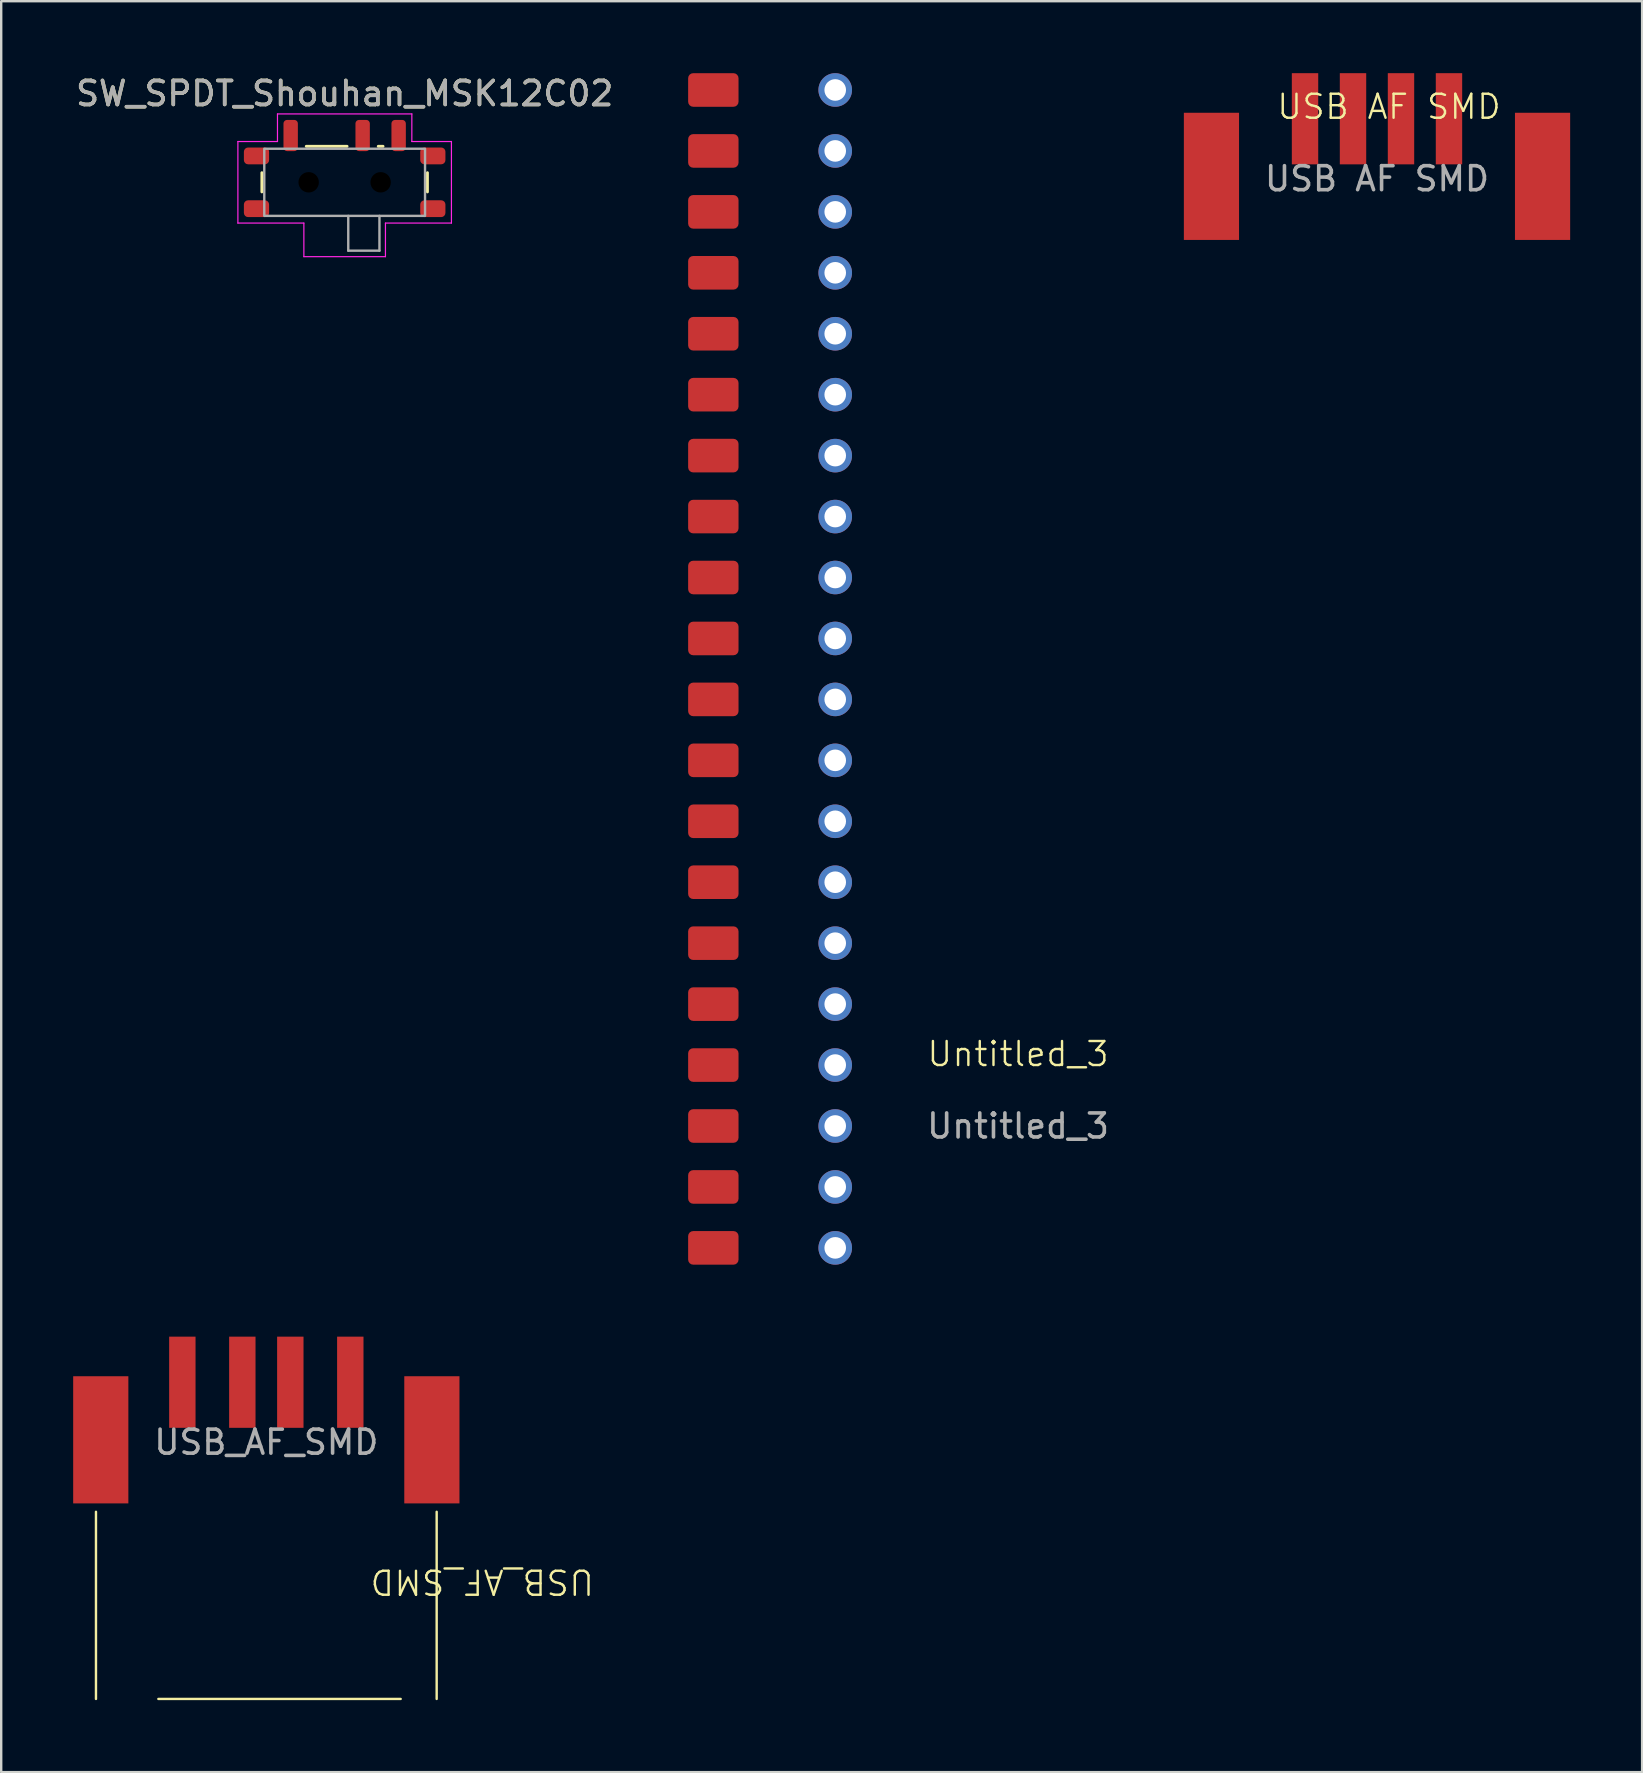
<source format=kicad_pcb>
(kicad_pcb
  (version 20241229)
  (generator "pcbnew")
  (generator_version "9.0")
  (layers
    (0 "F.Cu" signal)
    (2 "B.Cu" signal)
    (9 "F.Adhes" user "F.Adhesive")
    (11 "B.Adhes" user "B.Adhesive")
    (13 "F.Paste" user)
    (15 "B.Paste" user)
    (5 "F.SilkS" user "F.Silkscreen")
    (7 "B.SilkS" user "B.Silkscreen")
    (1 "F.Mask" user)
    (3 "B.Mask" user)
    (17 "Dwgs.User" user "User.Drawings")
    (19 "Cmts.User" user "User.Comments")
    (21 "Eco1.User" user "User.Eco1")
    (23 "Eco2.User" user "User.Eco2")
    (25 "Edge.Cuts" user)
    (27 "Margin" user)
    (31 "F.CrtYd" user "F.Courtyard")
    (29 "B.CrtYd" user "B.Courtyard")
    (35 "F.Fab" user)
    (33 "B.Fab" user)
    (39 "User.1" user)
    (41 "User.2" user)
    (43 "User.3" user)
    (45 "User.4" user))
  (footprint "Untitled_3"
    (layer "F.Cu")
    (at 31.761 24.83)
    (property "Reference" "Untitled_3" (at 7.62 16.05 0) (unlocked yes) (layer "F.SilkS") (effects (font (size 1 1) (thickness 0.1))))
    (attr smd)
    (fp_text user "${REFERENCE}" (at 7.62 19.05 0) (unlocked yes) (layer "F.Fab") (effects (font (size 1 1) (thickness 0.15))))
    (pad "1" smd roundrect (at -5.08 -24.13 180) (size 2.1 1.4) (layers "F.Cu" "F.Mask" "F.Paste") (roundrect_rratio 0.15))
    (pad "1" thru_hole circle (at 0 -24.13 180) (size 1.4 1.4) (drill 0.9) (layers "*.Cu" "*.Mask"))
    (pad "2" smd roundrect (at -5.08 -21.59 180) (size 2.1 1.4) (layers "F.Cu" "F.Mask" "F.Paste") (roundrect_rratio 0.15))
    (pad "2" thru_hole circle (at 0 -21.59 180) (size 1.4 1.4) (drill 0.9) (layers "*.Cu" "*.Mask"))
    (pad "3" smd roundrect (at -5.08 -19.05 180) (size 2.1 1.4) (layers "F.Cu" "F.Mask" "F.Paste") (roundrect_rratio 0.15))
    (pad "3" thru_hole circle (at 0 -19.05 180) (size 1.4 1.4) (drill 0.9) (layers "*.Cu" "*.Mask"))
    (pad "4" smd roundrect (at -5.08 -16.51 180) (size 2.1 1.4) (layers "F.Cu" "F.Mask" "F.Paste") (roundrect_rratio 0.15))
    (pad "4" thru_hole circle (at 0 -16.51 180) (size 1.4 1.4) (drill 0.9) (layers "*.Cu" "*.Mask"))
    (pad "5" smd roundrect (at -5.08 -13.97 180) (size 2.1 1.4) (layers "F.Cu" "F.Mask" "F.Paste") (roundrect_rratio 0.15))
    (pad "5" thru_hole circle (at 0 -13.97 180) (size 1.4 1.4) (drill 0.9) (layers "*.Cu" "*.Mask"))
    (pad "6" smd roundrect (at -5.08 -11.43 180) (size 2.1 1.4) (layers "F.Cu" "F.Mask" "F.Paste") (roundrect_rratio 0.15))
    (pad "6" thru_hole circle (at 0 -11.43 180) (size 1.4 1.4) (drill 0.9) (layers "*.Cu" "*.Mask"))
    (pad "7" smd roundrect (at -5.08 -8.89 180) (size 2.1 1.4) (layers "F.Cu" "F.Mask" "F.Paste") (roundrect_rratio 0.15))
    (pad "7" thru_hole circle (at 0 -8.89 180) (size 1.4 1.4) (drill 0.9) (layers "*.Cu" "*.Mask"))
    (pad "8" smd roundrect (at -5.08 -6.35 180) (size 2.1 1.4) (layers "F.Cu" "F.Mask" "F.Paste") (roundrect_rratio 0.15))
    (pad "8" thru_hole circle (at 0 -6.35 180) (size 1.4 1.4) (drill 0.9) (layers "*.Cu" "*.Mask"))
    (pad "9" smd roundrect (at -5.08 -3.81 180) (size 2.1 1.4) (layers "F.Cu" "F.Mask" "F.Paste") (roundrect_rratio 0.15))
    (pad "9" thru_hole circle (at 0 -3.81 180) (size 1.4 1.4) (drill 0.9) (layers "*.Cu" "*.Mask"))
    (pad "10" smd roundrect (at -5.08 -1.27 180) (size 2.1 1.4) (layers "F.Cu" "F.Mask" "F.Paste") (roundrect_rratio 0.15))
    (pad "10" thru_hole circle (at 0 -1.27 180) (size 1.4 1.4) (drill 0.9) (layers "*.Cu" "*.Mask"))
    (pad "11" smd roundrect (at -5.08 1.27 180) (size 2.1 1.4) (layers "F.Cu" "F.Mask" "F.Paste") (roundrect_rratio 0.15))
    (pad "11" thru_hole circle (at 0 1.27 180) (size 1.4 1.4) (drill 0.9) (layers "*.Cu" "*.Mask"))
    (pad "12" smd roundrect (at -5.08 3.81 180) (size 2.1 1.4) (layers "F.Cu" "F.Mask" "F.Paste") (roundrect_rratio 0.15))
    (pad "12" thru_hole circle (at 0 3.81 180) (size 1.4 1.4) (drill 0.9) (layers "*.Cu" "*.Mask"))
    (pad "13" smd roundrect (at -5.08 6.35 180) (size 2.1 1.4) (layers "F.Cu" "F.Mask" "F.Paste") (roundrect_rratio 0.15))
    (pad "13" thru_hole circle (at 0 6.35 180) (size 1.4 1.4) (drill 0.9) (layers "*.Cu" "*.Mask"))
    (pad "14" smd roundrect (at -5.08 8.89 180) (size 2.1 1.4) (layers "F.Cu" "F.Mask" "F.Paste") (roundrect_rratio 0.15))
    (pad "14" thru_hole circle (at 0 8.89 180) (size 1.4 1.4) (drill 0.9) (layers "*.Cu" "*.Mask"))
    (pad "15" smd roundrect (at -5.08 11.43 180) (size 2.1 1.4) (layers "F.Cu" "F.Mask" "F.Paste") (roundrect_rratio 0.15))
    (pad "15" thru_hole circle (at 0 11.43 180) (size 1.4 1.4) (drill 0.9) (layers "*.Cu" "*.Mask"))
    (pad "16" smd roundrect (at -5.08 13.97 180) (size 2.1 1.4) (layers "F.Cu" "F.Mask" "F.Paste") (roundrect_rratio 0.15))
    (pad "16" thru_hole circle (at 0 13.97 180) (size 1.4 1.4) (drill 0.9) (layers "*.Cu" "*.Mask"))
    (pad "17" smd roundrect (at -5.08 16.51 180) (size 2.1 1.4) (layers "F.Cu" "F.Mask" "F.Paste") (roundrect_rratio 0.15))
    (pad "17" thru_hole circle (at 0 16.51 180) (size 1.4 1.4) (drill 0.9) (layers "*.Cu" "*.Mask"))
    (pad "18" smd roundrect (at -5.08 19.05 180) (size 2.1 1.4) (layers "F.Cu" "F.Mask" "F.Paste") (roundrect_rratio 0.15))
    (pad "18" thru_hole circle (at 0 19.05 180) (size 1.4 1.4) (drill 0.9) (layers "*.Cu" "*.Mask"))
    (pad "19" smd roundrect (at -5.08 21.59 180) (size 2.1 1.4) (layers "F.Cu" "F.Mask" "F.Paste") (roundrect_rratio 0.15))
    (pad "19" thru_hole circle (at 0 21.59 180) (size 1.4 1.4) (drill 0.9) (layers "*.Cu" "*.Mask"))
    (pad "20" smd roundrect (at -5.08 24.13 180) (size 2.1 1.4) (layers "F.Cu" "F.Mask" "F.Paste") (roundrect_rratio 0.15))
    (pad "20" thru_hole circle (at 0 24.13 180) (size 1.4 1.4) (drill 0.9) (layers "*.Cu" "*.Mask")))
  (footprint "USB_AF_SMD"
    (layer "F.Cu")
    (at 8.05 54.56)
    (property "Reference" "USB_AF_SMD" (at 9 8.315 180) (unlocked yes) (layer "F.SilkS") (effects (font (size 1 1) (thickness 0.1))))
    (attr smd)
    (fp_line (start -7.1 13.2) (end -7.1 5.4) (stroke (width 0.1) (type default)) (layer "F.SilkS"))
    (fp_line (start -4.5 13.2) (end 5.6 13.2) (stroke (width 0.1) (type default)) (layer "F.SilkS"))
    (fp_line (start 7.1 13.2) (end 7.1 5.4) (stroke (width 0.1) (type default)) (layer "F.SilkS"))
    (fp_text user "${REFERENCE}" (at 0 2.5 0) (unlocked yes) (layer "F.Fab") (effects (font (size 1 1) (thickness 0.15))))
    (pad "1" smd rect (at -3.5 0) (size 1.1 3.8) (layers "F.Cu" "F.Mask" "F.Paste"))
    (pad "2" smd rect (at -1 0) (size 1.1 3.8) (layers "F.Cu" "F.Mask" "F.Paste"))
    (pad "3" smd rect (at 1 0) (size 1.1 3.8) (layers "F.Cu" "F.Mask" "F.Paste"))
    (pad "4" smd rect (at 3.5 0) (size 1.1 3.8) (layers "F.Cu" "F.Mask" "F.Paste"))
    (pad "5" smd rect (at -6.9 2.4) (size 2.3 5.3) (layers "F.Cu" "F.Mask" "F.Paste"))
    (pad "5" smd rect (at 6.9 2.4) (size 2.3 5.3) (layers "F.Cu" "F.Mask" "F.Paste")))
  (footprint "USB AF SMD"
    (layer "F.Cu")
    (at 54.342 1.9)
    (property "Reference" "USB AF SMD" (at 0.5 -0.5 0) (unlocked yes) (layer "F.SilkS") (effects (font (size 1 1) (thickness 0.1))))
    (attr smd)
    (fp_text user "${REFERENCE}" (at 0 2.5 0) (unlocked yes) (layer "F.Fab") (effects (font (size 1 1) (thickness 0.15))))
    (pad "1" smd rect (at -3 0) (size 1.1 3.8) (layers "F.Cu" "F.Mask" "F.Paste"))
    (pad "2" smd rect (at -1 0) (size 1.1 3.8) (layers "F.Cu" "F.Mask" "F.Paste"))
    (pad "3" smd rect (at 1 0) (size 1.1 3.8) (layers "F.Cu" "F.Mask" "F.Paste"))
    (pad "4" smd rect (at 3 0) (size 1.1 3.8) (layers "F.Cu" "F.Mask" "F.Paste"))
    (pad "6" smd rect (at -6.9 2.4) (size 2.3 5.3) (layers "F.Cu" "F.Mask" "F.Paste"))
    (pad "7" smd rect (at 6.9 2.4) (size 2.3 5.3) (layers "F.Cu" "F.Mask" "F.Paste")))
  (footprint "SW_SPDT_Shouhan_MSK12C02"
    (layer "F.Cu")
    (at 11.315 4.548)
    (property "Reference" "SW_SPDT_Shouhan_MSK12C02" (at 0 -3.7 0) (layer "F.SilkS") (effects (font (size 1 1) (thickness 0.15))))
    (attr smd)
    (fp_line (start -3.45 -0.4) (end -3.45 0.4) (stroke (width 0.12) (type default)) (layer "F.SilkS"))
    (fp_line (start -1.6 -1.5) (end 0.1 -1.5) (stroke (width 0.12) (type default)) (layer "F.SilkS"))
    (fp_line (start 1.4 -1.5) (end 1.6 -1.5) (stroke (width 0.12) (type default)) (layer "F.SilkS"))
    (fp_line (start 3.45 -0.4) (end 3.45 0.4) (stroke (width 0.12) (type default)) (layer "F.SilkS"))
    (fp_line (start -4.45 -1.7) (end -4.45 1.7) (stroke (width 0.05) (type default)) (layer "F.CrtYd"))
    (fp_line (start -4.45 -1.7) (end -2.8 -1.7) (stroke (width 0.05) (type default)) (layer "F.CrtYd"))
    (fp_line (start -4.45 1.7) (end -1.7 1.7) (stroke (width 0.05) (type default)) (layer "F.CrtYd"))
    (fp_line (start -2.8 -2.85) (end 2.8 -2.85) (stroke (width 0.05) (type default)) (layer "F.CrtYd"))
    (fp_line (start -2.8 -1.7) (end -2.8 -2.85) (stroke (width 0.05) (type default)) (layer "F.CrtYd"))
    (fp_line (start -1.7 1.7) (end -1.7 3.1) (stroke (width 0.05) (type default)) (layer "F.CrtYd"))
    (fp_line (start 1.7 1.7) (end 4.45 1.7) (stroke (width 0.05) (type default)) (layer "F.CrtYd"))
    (fp_line (start 1.7 3.1) (end -1.7 3.1) (stroke (width 0.05) (type default)) (layer "F.CrtYd"))
    (fp_line (start 1.7 3.1) (end 1.7 1.7) (stroke (width 0.05) (type default)) (layer "F.CrtYd"))
    (fp_line (start 2.8 -1.7) (end 2.8 -2.85) (stroke (width 0.05) (type default)) (layer "F.CrtYd"))
    (fp_line (start 4.45 -1.7) (end 2.8 -1.7) (stroke (width 0.05) (type default)) (layer "F.CrtYd"))
    (fp_line (start 4.45 1.7) (end 4.45 -1.7) (stroke (width 0.05) (type default)) (layer "F.CrtYd"))
    (fp_line (start 0.15 1.4) (end 0.15 2.85) (stroke (width 0.1) (type default)) (layer "F.Fab"))
    (fp_line (start 0.15 2.85) (end 1.45 2.85) (stroke (width 0.1) (type default)) (layer "F.Fab"))
    (fp_line (start 1.45 1.4) (end 1.45 2.85) (stroke (width 0.1) (type default)) (layer "F.Fab"))
    (fp_rect (start -3.35 -1.4) (end 3.35 1.4) (stroke (width 0.1) (type default)) (fill no) (layer "F.Fab"))
    (fp_text user "${REFERENCE}" (at 0 -3.7 0) (layer "F.Fab") (effects (font (size 1 1) (thickness 0.15))))
    (pad "" np_thru_hole circle (at -1.5 0) (size 0.85 0.85) (drill 0.85) (layers "*.Mask"))
    (pad "" np_thru_hole circle (at 1.5 0) (size 0.85 0.85) (drill 0.85) (layers "*.Mask"))
    (pad "1" smd roundrect (at -2.25 -1.95) (size 0.6 1.3) (layers "F.Cu" "F.Mask" "F.Paste") (roundrect_rratio 0.25))
    (pad "2" smd roundrect (at 0.75 -1.95) (size 0.6 1.3) (layers "F.Cu" "F.Mask" "F.Paste") (roundrect_rratio 0.25))
    (pad "3" smd roundrect (at 2.25 -1.95) (size 0.6 1.3) (layers "F.Cu" "F.Mask" "F.Paste") (roundrect_rratio 0.25))
    (pad "SH" smd roundrect (at -3.675 -1.1) (size 1.05 0.7) (layers "F.Cu" "F.Mask" "F.Paste") (roundrect_rratio 0.25))
    (pad "SH" smd roundrect (at -3.675 1.1) (size 1.05 0.7) (layers "F.Cu" "F.Mask" "F.Paste") (roundrect_rratio 0.25))
    (pad "SH" smd roundrect (at 3.675 -1.1) (size 1.05 0.7) (layers "F.Cu" "F.Mask" "F.Paste") (roundrect_rratio 0.25))
    (pad "SH" smd roundrect (at 3.675 1.1) (size 1.05 0.7) (layers "F.Cu" "F.Mask" "F.Paste") (roundrect_rratio 0.25)))
  (gr_rect
    (start -3 -3)
    (end 65.392 70.81)
    (stroke (width 0.1) (type default))
    (fill no)
    (layer "Edge.Cuts")))
</source>
